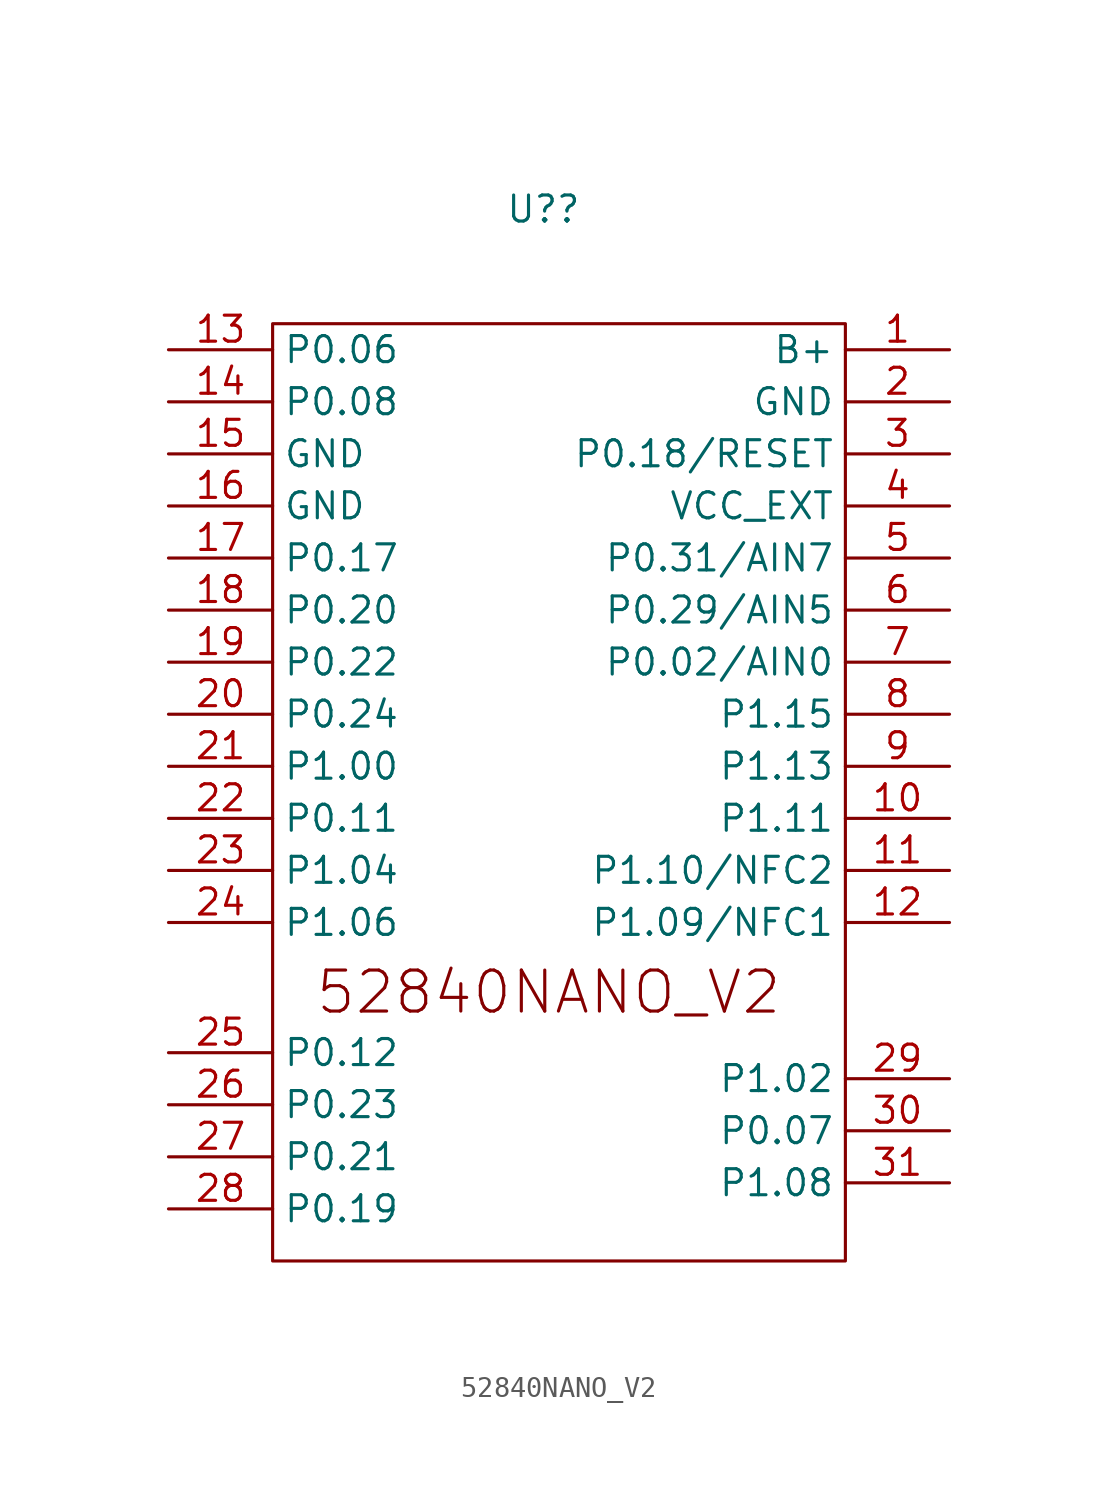
<source format=kicad_sym>
(kicad_symbol_lib
  (version 20231120)
  (generator "kicad_symbol_editor")
  (generator_version "8.0")
  (symbol "52840NANO_V2"
    (property "Reference" "U?"
      (at -19.812 6.858 0)
      (effects (font (size 1.27 1.27))))
    (property "Value" ""
      (at 0 0 0)
      (effects (font (size 1.27 1.27))))
    (symbol "52840NANO_V2_1_0"
      (rectangle (start -33.02 1.27) (end -5.08 -44.45) (stroke (width 0) (type default)) (fill (type none)))
      (text "52840NANO_V2" (at -30.988 -32.512 0) (effects (font (size 2 2)) (justify left bottom)))
      (pin unspecified line (at 0 0 180) (length 5.08) (name "B+" (effects (font (size 1.27 1.27)))) (number "1" (effects (font (size 1.27 1.27)))))
      (pin unspecified line (at 0 -22.86 180) (length 5.08) (name "P1.11" (effects (font (size 1.27 1.27)))) (number "10" (effects (font (size 1.27 1.27)))))
      (pin unspecified line (at 0 -25.4 180) (length 5.08) (name "P1.10/NFC2" (effects (font (size 1.27 1.27)))) (number "11" (effects (font (size 1.27 1.27)))))
      (pin unspecified line (at 0 -27.94 180) (length 5.08) (name "P1.09/NFC1" (effects (font (size 1.27 1.27)))) (number "12" (effects (font (size 1.27 1.27)))))
      (pin unspecified line (at -38.1 0 0) (length 5.08) (name "P0.06" (effects (font (size 1.27 1.27)))) (number "13" (effects (font (size 1.27 1.27)))))
      (pin unspecified line (at -38.1 -2.54 0) (length 5.08) (name "P0.08" (effects (font (size 1.27 1.27)))) (number "14" (effects (font (size 1.27 1.27)))))
      (pin unspecified line (at -38.1 -5.08 0) (length 5.08) (name "GND" (effects (font (size 1.27 1.27)))) (number "15" (effects (font (size 1.27 1.27)))))
      (pin unspecified line (at -38.1 -7.62 0) (length 5.08) (name "GND" (effects (font (size 1.27 1.27)))) (number "16" (effects (font (size 1.27 1.27)))))
      (pin unspecified line (at -38.1 -10.16 0) (length 5.08) (name "P0.17" (effects (font (size 1.27 1.27)))) (number "17" (effects (font (size 1.27 1.27)))))
      (pin unspecified line (at -38.1 -12.7 0) (length 5.08) (name "P0.20" (effects (font (size 1.27 1.27)))) (number "18" (effects (font (size 1.27 1.27)))))
      (pin unspecified line (at -38.1 -15.24 0) (length 5.08) (name "P0.22" (effects (font (size 1.27 1.27)))) (number "19" (effects (font (size 1.27 1.27)))))
      (pin unspecified line (at 0 -2.54 180) (length 5.08) (name "GND" (effects (font (size 1.27 1.27)))) (number "2" (effects (font (size 1.27 1.27)))))
      (pin unspecified line (at -38.1 -17.78 0) (length 5.08) (name "P0.24" (effects (font (size 1.27 1.27)))) (number "20" (effects (font (size 1.27 1.27)))))
      (pin unspecified line (at -38.1 -20.32 0) (length 5.08) (name "P1.00" (effects (font (size 1.27 1.27)))) (number "21" (effects (font (size 1.27 1.27)))))
      (pin unspecified line (at -38.1 -22.86 0) (length 5.08) (name "P0.11" (effects (font (size 1.27 1.27)))) (number "22" (effects (font (size 1.27 1.27)))))
      (pin unspecified line (at -38.1 -25.4 0) (length 5.08) (name "P1.04" (effects (font (size 1.27 1.27)))) (number "23" (effects (font (size 1.27 1.27)))))
      (pin unspecified line (at -38.1 -27.94 0) (length 5.08) (name "P1.06" (effects (font (size 1.27 1.27)))) (number "24" (effects (font (size 1.27 1.27)))))
      (pin unspecified line (at -38.1 -34.29 0) (length 5.08) (name "P0.12" (effects (font (size 1.27 1.27)))) (number "25" (effects (font (size 1.27 1.27)))))
      (pin unspecified line (at -38.1 -36.83 0) (length 5.08) (name "P0.23" (effects (font (size 1.27 1.27)))) (number "26" (effects (font (size 1.27 1.27)))))
      (pin unspecified line (at -38.1 -39.37 0) (length 5.08) (name "P0.21" (effects (font (size 1.27 1.27)))) (number "27" (effects (font (size 1.27 1.27)))))
      (pin unspecified line (at -38.1 -41.91 0) (length 5.08) (name "P0.19" (effects (font (size 1.27 1.27)))) (number "28" (effects (font (size 1.27 1.27)))))
      (pin unspecified line (at 0 -35.56 180) (length 5.08) (name "P1.02" (effects (font (size 1.27 1.27)))) (number "29" (effects (font (size 1.27 1.27)))))
      (pin unspecified line (at 0 -5.08 180) (length 5.08) (name "P0.18/RESET" (effects (font (size 1.27 1.27)))) (number "3" (effects (font (size 1.27 1.27)))))
      (pin unspecified line (at 0 -38.1 180) (length 5.08) (name "P0.07" (effects (font (size 1.27 1.27)))) (number "30" (effects (font (size 1.27 1.27)))))
      (pin unspecified line (at 0 -40.64 180) (length 5.08) (name "P1.08" (effects (font (size 1.27 1.27)))) (number "31" (effects (font (size 1.27 1.27)))))
      (pin unspecified line (at 0 -7.62 180) (length 5.08) (name "VCC_EXT" (effects (font (size 1.27 1.27)))) (number "4" (effects (font (size 1.27 1.27)))))
      (pin unspecified line (at 0 -10.16 180) (length 5.08) (name "P0.31/AIN7" (effects (font (size 1.27 1.27)))) (number "5" (effects (font (size 1.27 1.27)))))
      (pin unspecified line (at 0 -12.7 180) (length 5.08) (name "P0.29/AIN5" (effects (font (size 1.27 1.27)))) (number "6" (effects (font (size 1.27 1.27)))))
      (pin unspecified line (at 0 -15.24 180) (length 5.08) (name "P0.02/AIN0" (effects (font (size 1.27 1.27)))) (number "7" (effects (font (size 1.27 1.27)))))
      (pin unspecified line (at 0 -17.78 180) (length 5.08) (name "P1.15" (effects (font (size 1.27 1.27)))) (number "8" (effects (font (size 1.27 1.27)))))
      (pin unspecified line (at 0 -20.32 180) (length 5.08) (name "P1.13" (effects (font (size 1.27 1.27)))) (number "9" (effects (font (size 1.27 1.27))))))))
</source>
